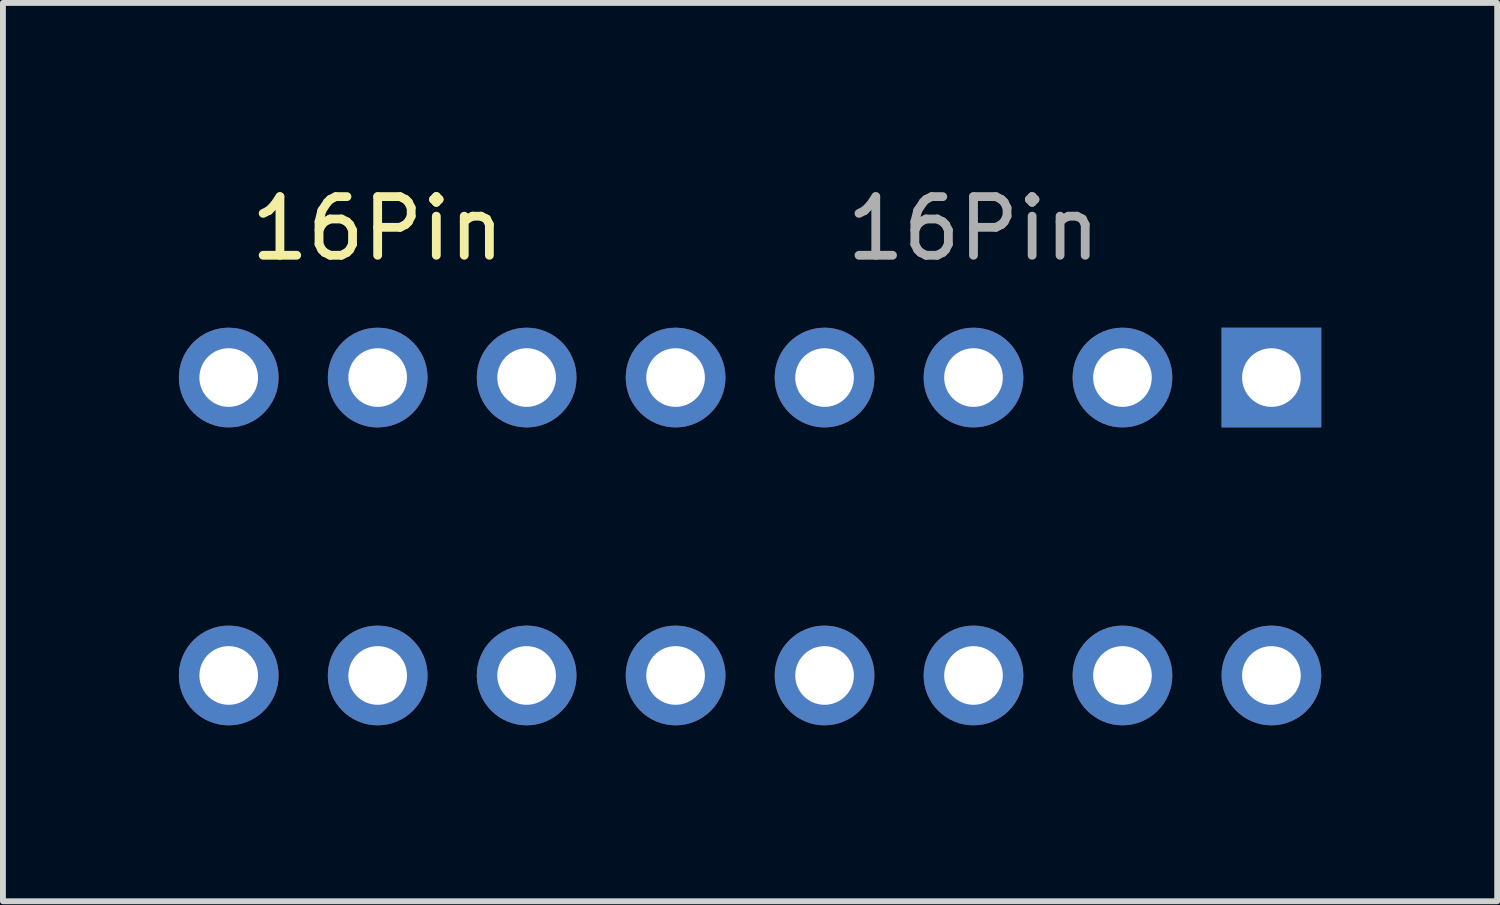
<source format=kicad_pcb>
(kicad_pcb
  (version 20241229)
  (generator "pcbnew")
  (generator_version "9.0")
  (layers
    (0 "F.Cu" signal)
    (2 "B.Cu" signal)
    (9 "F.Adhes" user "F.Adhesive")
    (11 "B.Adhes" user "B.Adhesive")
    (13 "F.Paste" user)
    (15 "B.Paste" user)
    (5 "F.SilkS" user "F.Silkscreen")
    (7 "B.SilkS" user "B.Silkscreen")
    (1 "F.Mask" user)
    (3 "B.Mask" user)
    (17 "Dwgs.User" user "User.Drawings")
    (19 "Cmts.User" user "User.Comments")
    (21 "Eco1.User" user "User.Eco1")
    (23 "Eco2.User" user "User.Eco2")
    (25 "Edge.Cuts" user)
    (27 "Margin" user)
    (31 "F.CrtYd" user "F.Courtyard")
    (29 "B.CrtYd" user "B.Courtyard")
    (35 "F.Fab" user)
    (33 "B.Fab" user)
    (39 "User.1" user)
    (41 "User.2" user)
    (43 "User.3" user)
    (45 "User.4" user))
  (footprint "16Pin"
    (layer "F.Cu")
    (at 8.47 5.928)
    (property "Reference" "16Pin" (at -5.08 -5.08 0) (unlocked yes) (layer "F.SilkS") (effects (font (size 1 1) (thickness 0.15))))
    (attr through_hole)
    (fp_text user "${REFERENCE}" (at 5.08 -5.08 0) (unlocked yes) (layer "F.Fab") (effects (font (size 1 1) (thickness 0.15))))
    (pad "1" thru_hole rect (at 10.16 -2.54) (size 1.7 1.7) (drill 1) (layers "*.Cu" "*.Mask"))
    (pad "2" thru_hole circle (at 7.62 -2.54) (size 1.7 1.7) (drill 1) (layers "*.Cu" "*.Mask"))
    (pad "3" thru_hole circle (at 5.08 -2.54) (size 1.7 1.7) (drill 1) (layers "*.Cu" "*.Mask"))
    (pad "4" thru_hole circle (at 2.54 -2.54) (size 1.7 1.7) (drill 1) (layers "*.Cu" "*.Mask"))
    (pad "5" thru_hole circle (at 0 -2.54) (size 1.7 1.7) (drill 1) (layers "*.Cu" "*.Mask"))
    (pad "6" thru_hole circle (at -2.54 -2.54) (size 1.7 1.7) (drill 1) (layers "*.Cu" "*.Mask"))
    (pad "7" thru_hole circle (at -5.08 -2.54) (size 1.7 1.7) (drill 1) (layers "*.Cu" "*.Mask"))
    (pad "8" thru_hole circle (at -7.62 -2.54) (size 1.7 1.7) (drill 1) (layers "*.Cu" "*.Mask"))
    (pad "9" thru_hole circle (at 10.16 2.54) (size 1.7 1.7) (drill 1) (layers "*.Cu" "*.Mask"))
    (pad "10" thru_hole circle (at 7.62 2.54) (size 1.7 1.7) (drill 1) (layers "*.Cu" "*.Mask"))
    (pad "11" thru_hole circle (at 5.08 2.54) (size 1.7 1.7) (drill 1) (layers "*.Cu" "*.Mask"))
    (pad "12" thru_hole circle (at 2.54 2.54) (size 1.7 1.7) (drill 1) (layers "*.Cu" "*.Mask"))
    (pad "13" thru_hole circle (at 0 2.54) (size 1.7 1.7) (drill 1) (layers "*.Cu" "*.Mask"))
    (pad "14" thru_hole circle (at -2.54 2.54) (size 1.7 1.7) (drill 1) (layers "*.Cu" "*.Mask"))
    (pad "15" thru_hole circle (at -5.08 2.54) (size 1.7 1.7) (drill 1) (layers "*.Cu" "*.Mask"))
    (pad "16" thru_hole circle (at -7.62 2.54) (size 1.7 1.7) (drill 1) (layers "*.Cu" "*.Mask")))
  (gr_rect
    (start -3 -3)
    (end 22.48 12.318)
    (stroke (width 0.1) (type default))
    (fill no)
    (layer "Edge.Cuts")))
</source>
